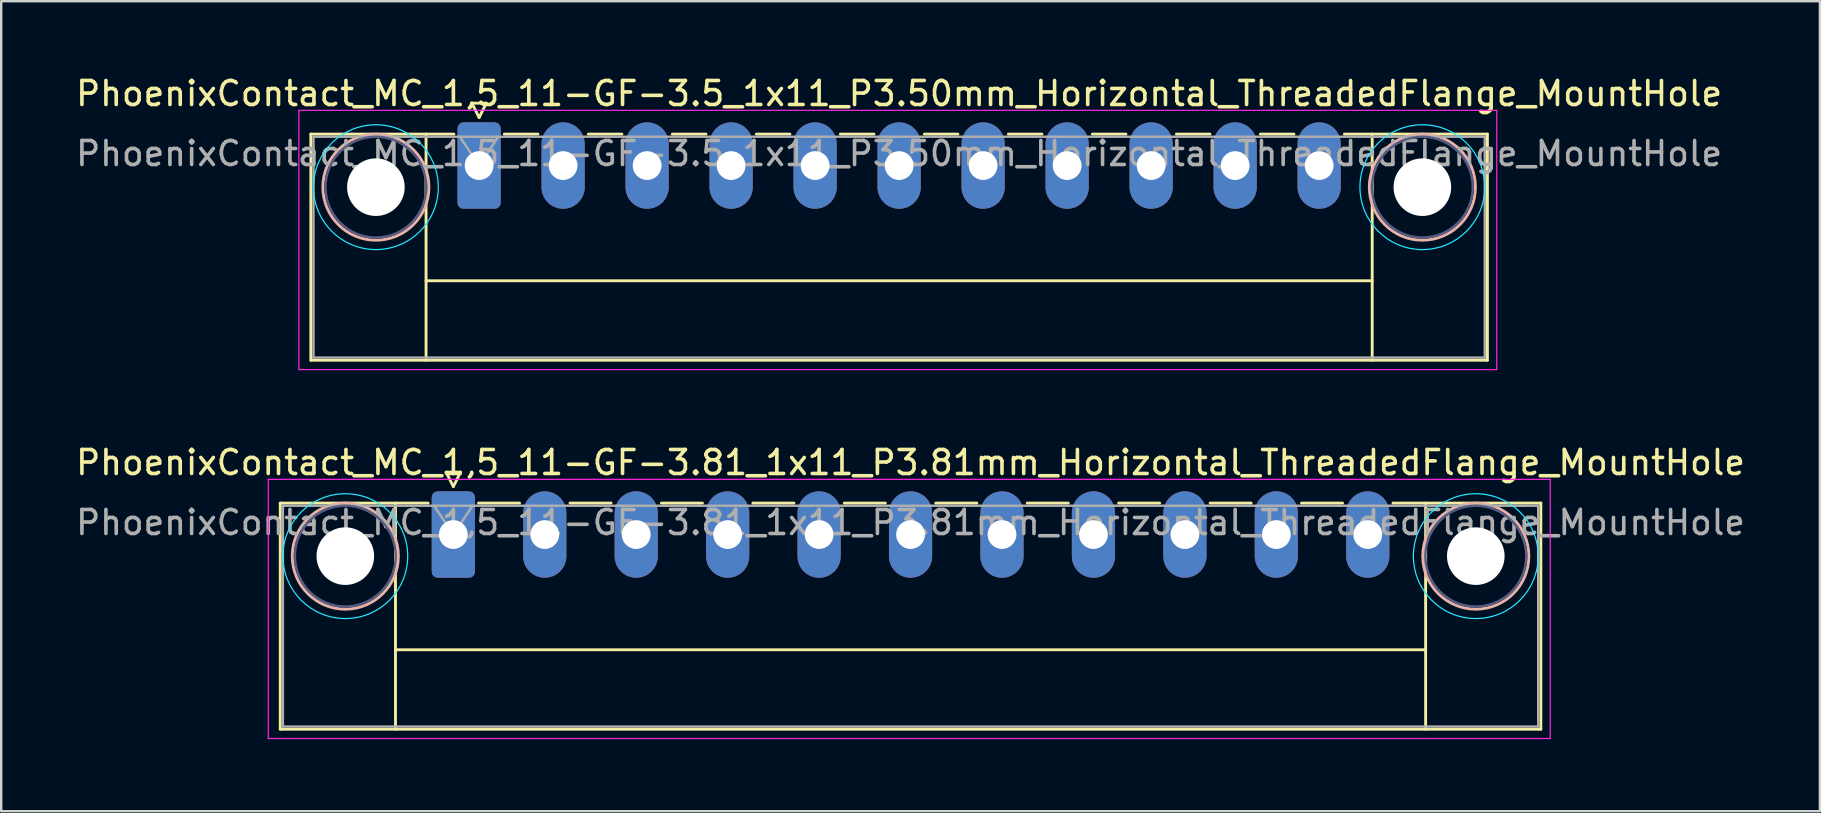
<source format=kicad_pcb>
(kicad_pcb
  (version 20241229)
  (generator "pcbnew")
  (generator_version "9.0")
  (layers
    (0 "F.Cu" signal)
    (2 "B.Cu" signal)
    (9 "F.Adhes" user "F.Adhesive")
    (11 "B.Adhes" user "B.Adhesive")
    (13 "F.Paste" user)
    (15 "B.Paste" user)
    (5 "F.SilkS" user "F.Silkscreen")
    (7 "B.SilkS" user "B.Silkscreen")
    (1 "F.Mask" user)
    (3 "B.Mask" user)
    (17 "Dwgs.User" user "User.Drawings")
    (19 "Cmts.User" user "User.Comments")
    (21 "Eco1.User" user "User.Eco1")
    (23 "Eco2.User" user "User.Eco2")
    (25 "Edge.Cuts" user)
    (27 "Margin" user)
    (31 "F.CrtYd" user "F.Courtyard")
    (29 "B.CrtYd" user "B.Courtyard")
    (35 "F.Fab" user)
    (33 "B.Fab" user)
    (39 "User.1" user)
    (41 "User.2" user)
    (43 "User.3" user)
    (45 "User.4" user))
  (footprint "PhoenixContact_MC_1,5_11-GF-3.5_1x11_P3.50mm_Horizontal_ThreadedFlange_MountHole"
    (layer "F.Cu")
    (at 16.911 3.848)
    (property "Reference" "PhoenixContact_MC_1,5_11-GF-3.5_1x11_P3.50mm_Horizontal_ThreadedFlange_MountHole" (at 17.5 -3 0) (layer "F.SilkS") (effects (font (size 1 1) (thickness 0.15))))
    (attr through_hole)
    (fp_line (start -7.01 -1.31) (end -7.01 8.11) (stroke (width 0.12) (type solid)) (layer "F.SilkS"))
    (fp_line (start -7.01 -1.31) (end -1.05 -1.31) (stroke (width 0.12) (type solid)) (layer "F.SilkS"))
    (fp_line (start -7.01 8.11) (end 42.01 8.11) (stroke (width 0.12) (type solid)) (layer "F.SilkS"))
    (fp_line (start -2.21 -1.31) (end -2.21 8.11) (stroke (width 0.12) (type solid)) (layer "F.SilkS"))
    (fp_line (start -2.21 4.8) (end 37.21 4.8) (stroke (width 0.12) (type solid)) (layer "F.SilkS"))
    (fp_line (start -0.3 -2.6) (end 0.3 -2.6) (stroke (width 0.12) (type solid)) (layer "F.SilkS"))
    (fp_line (start 0 -2) (end -0.3 -2.6) (stroke (width 0.12) (type solid)) (layer "F.SilkS"))
    (fp_line (start 0.3 -2.6) (end 0 -2) (stroke (width 0.12) (type solid)) (layer "F.SilkS"))
    (fp_line (start 1.05 -1.31) (end 2.45 -1.31) (stroke (width 0.12) (type solid)) (layer "F.SilkS"))
    (fp_line (start 4.55 -1.31) (end 5.95 -1.31) (stroke (width 0.12) (type solid)) (layer "F.SilkS"))
    (fp_line (start 8.05 -1.31) (end 9.45 -1.31) (stroke (width 0.12) (type solid)) (layer "F.SilkS"))
    (fp_line (start 11.55 -1.31) (end 12.95 -1.31) (stroke (width 0.12) (type solid)) (layer "F.SilkS"))
    (fp_line (start 15.05 -1.31) (end 16.45 -1.31) (stroke (width 0.12) (type solid)) (layer "F.SilkS"))
    (fp_line (start 18.55 -1.31) (end 19.95 -1.31) (stroke (width 0.12) (type solid)) (layer "F.SilkS"))
    (fp_line (start 22.05 -1.31) (end 23.45 -1.31) (stroke (width 0.12) (type solid)) (layer "F.SilkS"))
    (fp_line (start 25.55 -1.31) (end 26.95 -1.31) (stroke (width 0.12) (type solid)) (layer "F.SilkS"))
    (fp_line (start 29.05 -1.31) (end 30.45 -1.31) (stroke (width 0.12) (type solid)) (layer "F.SilkS"))
    (fp_line (start 32.55 -1.31) (end 33.95 -1.31) (stroke (width 0.12) (type solid)) (layer "F.SilkS"))
    (fp_line (start 37.21 -1.31) (end 37.21 8.11) (stroke (width 0.12) (type solid)) (layer "F.SilkS"))
    (fp_line (start 42.01 -1.31) (end 36.05 -1.31) (stroke (width 0.12) (type solid)) (layer "F.SilkS"))
    (fp_line (start 42.01 8.11) (end 42.01 -1.31) (stroke (width 0.12) (type solid)) (layer "F.SilkS"))
    (fp_circle (center -4.3 0.9) (end -2.09 0.9) (stroke (width 0.12) (type solid)) (fill no) (layer "B.SilkS"))
    (fp_circle (center 39.3 0.9) (end 41.51 0.9) (stroke (width 0.12) (type solid)) (fill no) (layer "B.SilkS"))
    (fp_circle (center -4.3 0.9) (end -1.7 0.9) (stroke (width 0.05) (type solid)) (fill no) (layer "B.CrtYd"))
    (fp_circle (center 39.3 0.9) (end 41.9 0.9) (stroke (width 0.05) (type solid)) (fill no) (layer "B.CrtYd"))
    (fp_line (start -7.51 -2.3) (end -7.51 8.5) (stroke (width 0.05) (type solid)) (layer "F.CrtYd"))
    (fp_line (start -7.51 8.5) (end 42.4 8.5) (stroke (width 0.05) (type solid)) (layer "F.CrtYd"))
    (fp_line (start 42.4 -2.3) (end -7.51 -2.3) (stroke (width 0.05) (type solid)) (layer "F.CrtYd"))
    (fp_line (start 42.4 8.5) (end 42.4 -2.3) (stroke (width 0.05) (type solid)) (layer "F.CrtYd"))
    (fp_circle (center -4.3 0.9) (end -2.2 0.9) (stroke (width 0.1) (type solid)) (fill no) (layer "B.Fab"))
    (fp_circle (center 39.3 0.9) (end 41.4 0.9) (stroke (width 0.1) (type solid)) (fill no) (layer "B.Fab"))
    (fp_line (start -6.9 -1.2) (end -6.9 8) (stroke (width 0.1) (type solid)) (layer "F.Fab"))
    (fp_line (start -6.9 8) (end 41.9 8) (stroke (width 0.1) (type solid)) (layer "F.Fab"))
    (fp_line (start 0 0) (end -0.8 -1.2) (stroke (width 0.1) (type solid)) (layer "F.Fab"))
    (fp_line (start 0.8 -1.2) (end 0 0) (stroke (width 0.1) (type solid)) (layer "F.Fab"))
    (fp_line (start 41.9 -1.2) (end -6.9 -1.2) (stroke (width 0.1) (type solid)) (layer "F.Fab"))
    (fp_line (start 41.9 8) (end 41.9 -1.2) (stroke (width 0.1) (type solid)) (layer "F.Fab"))
    (fp_text user "${REFERENCE}" (at 17.5 -0.5 0) (layer "F.Fab") (effects (font (size 1 1) (thickness 0.15))))
    (pad "" np_thru_hole circle (at -4.3 0.9) (size 2.4 2.4) (drill 2.4) (layers "*.Cu" "*.Mask"))
    (pad "" np_thru_hole circle (at 39.3 0.9) (size 2.4 2.4) (drill 2.4) (layers "*.Cu" "*.Mask"))
    (pad "1" thru_hole roundrect (at 0 0) (size 1.8 3.6) (drill 1.2) (layers "*.Cu" "*.Mask") (roundrect_rratio 0.139))
    (pad "2" thru_hole oval (at 3.5 0) (size 1.8 3.6) (drill 1.2) (layers "*.Cu" "*.Mask"))
    (pad "3" thru_hole oval (at 7 0) (size 1.8 3.6) (drill 1.2) (layers "*.Cu" "*.Mask"))
    (pad "4" thru_hole oval (at 10.5 0) (size 1.8 3.6) (drill 1.2) (layers "*.Cu" "*.Mask"))
    (pad "5" thru_hole oval (at 14 0) (size 1.8 3.6) (drill 1.2) (layers "*.Cu" "*.Mask"))
    (pad "6" thru_hole oval (at 17.5 0) (size 1.8 3.6) (drill 1.2) (layers "*.Cu" "*.Mask"))
    (pad "7" thru_hole oval (at 21 0) (size 1.8 3.6) (drill 1.2) (layers "*.Cu" "*.Mask"))
    (pad "8" thru_hole oval (at 24.5 0) (size 1.8 3.6) (drill 1.2) (layers "*.Cu" "*.Mask"))
    (pad "9" thru_hole oval (at 28 0) (size 1.8 3.6) (drill 1.2) (layers "*.Cu" "*.Mask"))
    (pad "10" thru_hole oval (at 31.5 0) (size 1.8 3.6) (drill 1.2) (layers "*.Cu" "*.Mask"))
    (pad "11" thru_hole oval (at 35 0) (size 1.8 3.6) (drill 1.2) (layers "*.Cu" "*.Mask")))
  (footprint "PhoenixContact_MC_1,5_11-GF-3.81_1x11_P3.81mm_Horizontal_ThreadedFlange_MountHole"
    (layer "F.Cu")
    (at 15.837 19.221)
    (property "Reference" "PhoenixContact_MC_1,5_11-GF-3.81_1x11_P3.81mm_Horizontal_ThreadedFlange_MountHole" (at 19.05 -3 0) (layer "F.SilkS") (effects (font (size 1 1) (thickness 0.15))))
    (attr through_hole)
    (fp_line (start -7.21 -1.31) (end -7.21 8.11) (stroke (width 0.12) (type solid)) (layer "F.SilkS"))
    (fp_line (start -7.21 -1.31) (end -1.05 -1.31) (stroke (width 0.12) (type solid)) (layer "F.SilkS"))
    (fp_line (start -7.21 8.11) (end 45.31 8.11) (stroke (width 0.12) (type solid)) (layer "F.SilkS"))
    (fp_line (start -2.41 -1.31) (end -2.41 8.11) (stroke (width 0.12) (type solid)) (layer "F.SilkS"))
    (fp_line (start -2.41 4.8) (end 40.51 4.8) (stroke (width 0.12) (type solid)) (layer "F.SilkS"))
    (fp_line (start -0.3 -2.6) (end 0.3 -2.6) (stroke (width 0.12) (type solid)) (layer "F.SilkS"))
    (fp_line (start 0 -2) (end -0.3 -2.6) (stroke (width 0.12) (type solid)) (layer "F.SilkS"))
    (fp_line (start 0.3 -2.6) (end 0 -2) (stroke (width 0.12) (type solid)) (layer "F.SilkS"))
    (fp_line (start 1.05 -1.31) (end 2.76 -1.31) (stroke (width 0.12) (type solid)) (layer "F.SilkS"))
    (fp_line (start 4.86 -1.31) (end 6.57 -1.31) (stroke (width 0.12) (type solid)) (layer "F.SilkS"))
    (fp_line (start 8.67 -1.31) (end 10.38 -1.31) (stroke (width 0.12) (type solid)) (layer "F.SilkS"))
    (fp_line (start 12.48 -1.31) (end 14.19 -1.31) (stroke (width 0.12) (type solid)) (layer "F.SilkS"))
    (fp_line (start 16.29 -1.31) (end 18 -1.31) (stroke (width 0.12) (type solid)) (layer "F.SilkS"))
    (fp_line (start 20.1 -1.31) (end 21.81 -1.31) (stroke (width 0.12) (type solid)) (layer "F.SilkS"))
    (fp_line (start 23.91 -1.31) (end 25.62 -1.31) (stroke (width 0.12) (type solid)) (layer "F.SilkS"))
    (fp_line (start 27.72 -1.31) (end 29.43 -1.31) (stroke (width 0.12) (type solid)) (layer "F.SilkS"))
    (fp_line (start 31.53 -1.31) (end 33.24 -1.31) (stroke (width 0.12) (type solid)) (layer "F.SilkS"))
    (fp_line (start 35.34 -1.31) (end 37.05 -1.31) (stroke (width 0.12) (type solid)) (layer "F.SilkS"))
    (fp_line (start 40.51 -1.31) (end 40.51 8.11) (stroke (width 0.12) (type solid)) (layer "F.SilkS"))
    (fp_line (start 45.31 -1.31) (end 39.15 -1.31) (stroke (width 0.12) (type solid)) (layer "F.SilkS"))
    (fp_line (start 45.31 8.11) (end 45.31 -1.31) (stroke (width 0.12) (type solid)) (layer "F.SilkS"))
    (fp_circle (center -4.5 0.9) (end -2.29 0.9) (stroke (width 0.12) (type solid)) (fill no) (layer "B.SilkS"))
    (fp_circle (center 42.6 0.9) (end 44.81 0.9) (stroke (width 0.12) (type solid)) (fill no) (layer "B.SilkS"))
    (fp_circle (center -4.5 0.9) (end -1.9 0.9) (stroke (width 0.05) (type solid)) (fill no) (layer "B.CrtYd"))
    (fp_circle (center 42.6 0.9) (end 45.2 0.9) (stroke (width 0.05) (type solid)) (fill no) (layer "B.CrtYd"))
    (fp_line (start -7.71 -2.3) (end -7.71 8.5) (stroke (width 0.05) (type solid)) (layer "F.CrtYd"))
    (fp_line (start -7.71 8.5) (end 45.7 8.5) (stroke (width 0.05) (type solid)) (layer "F.CrtYd"))
    (fp_line (start 45.7 -2.3) (end -7.71 -2.3) (stroke (width 0.05) (type solid)) (layer "F.CrtYd"))
    (fp_line (start 45.7 8.5) (end 45.7 -2.3) (stroke (width 0.05) (type solid)) (layer "F.CrtYd"))
    (fp_circle (center -4.5 0.9) (end -2.4 0.9) (stroke (width 0.1) (type solid)) (fill no) (layer "B.Fab"))
    (fp_circle (center 42.6 0.9) (end 44.7 0.9) (stroke (width 0.1) (type solid)) (fill no) (layer "B.Fab"))
    (fp_line (start -7.1 -1.2) (end -7.1 8) (stroke (width 0.1) (type solid)) (layer "F.Fab"))
    (fp_line (start -7.1 8) (end 45.2 8) (stroke (width 0.1) (type solid)) (layer "F.Fab"))
    (fp_line (start 0 0) (end -0.8 -1.2) (stroke (width 0.1) (type solid)) (layer "F.Fab"))
    (fp_line (start 0.8 -1.2) (end 0 0) (stroke (width 0.1) (type solid)) (layer "F.Fab"))
    (fp_line (start 45.2 -1.2) (end -7.1 -1.2) (stroke (width 0.1) (type solid)) (layer "F.Fab"))
    (fp_line (start 45.2 8) (end 45.2 -1.2) (stroke (width 0.1) (type solid)) (layer "F.Fab"))
    (fp_text user "${REFERENCE}" (at 19.05 -0.5 0) (layer "F.Fab") (effects (font (size 1 1) (thickness 0.15))))
    (pad "" np_thru_hole circle (at -4.5 0.9) (size 2.4 2.4) (drill 2.4) (layers "*.Cu" "*.Mask"))
    (pad "" np_thru_hole circle (at 42.6 0.9) (size 2.4 2.4) (drill 2.4) (layers "*.Cu" "*.Mask"))
    (pad "1" thru_hole roundrect (at 0 0) (size 1.8 3.6) (drill 1.2) (layers "*.Cu" "*.Mask") (roundrect_rratio 0.139))
    (pad "2" thru_hole oval (at 3.81 0) (size 1.8 3.6) (drill 1.2) (layers "*.Cu" "*.Mask"))
    (pad "3" thru_hole oval (at 7.62 0) (size 1.8 3.6) (drill 1.2) (layers "*.Cu" "*.Mask"))
    (pad "4" thru_hole oval (at 11.43 0) (size 1.8 3.6) (drill 1.2) (layers "*.Cu" "*.Mask"))
    (pad "5" thru_hole oval (at 15.24 0) (size 1.8 3.6) (drill 1.2) (layers "*.Cu" "*.Mask"))
    (pad "6" thru_hole oval (at 19.05 0) (size 1.8 3.6) (drill 1.2) (layers "*.Cu" "*.Mask"))
    (pad "7" thru_hole oval (at 22.86 0) (size 1.8 3.6) (drill 1.2) (layers "*.Cu" "*.Mask"))
    (pad "8" thru_hole oval (at 26.67 0) (size 1.8 3.6) (drill 1.2) (layers "*.Cu" "*.Mask"))
    (pad "9" thru_hole oval (at 30.48 0) (size 1.8 3.6) (drill 1.2) (layers "*.Cu" "*.Mask"))
    (pad "10" thru_hole oval (at 34.29 0) (size 1.8 3.6) (drill 1.2) (layers "*.Cu" "*.Mask"))
    (pad "11" thru_hole oval (at 38.1 0) (size 1.8 3.6) (drill 1.2) (layers "*.Cu" "*.Mask")))
  (gr_rect
    (start -3 -3)
    (end 72.774 30.747)
    (stroke (width 0.1) (type default))
    (fill no)
    (layer "Edge.Cuts")))
</source>
